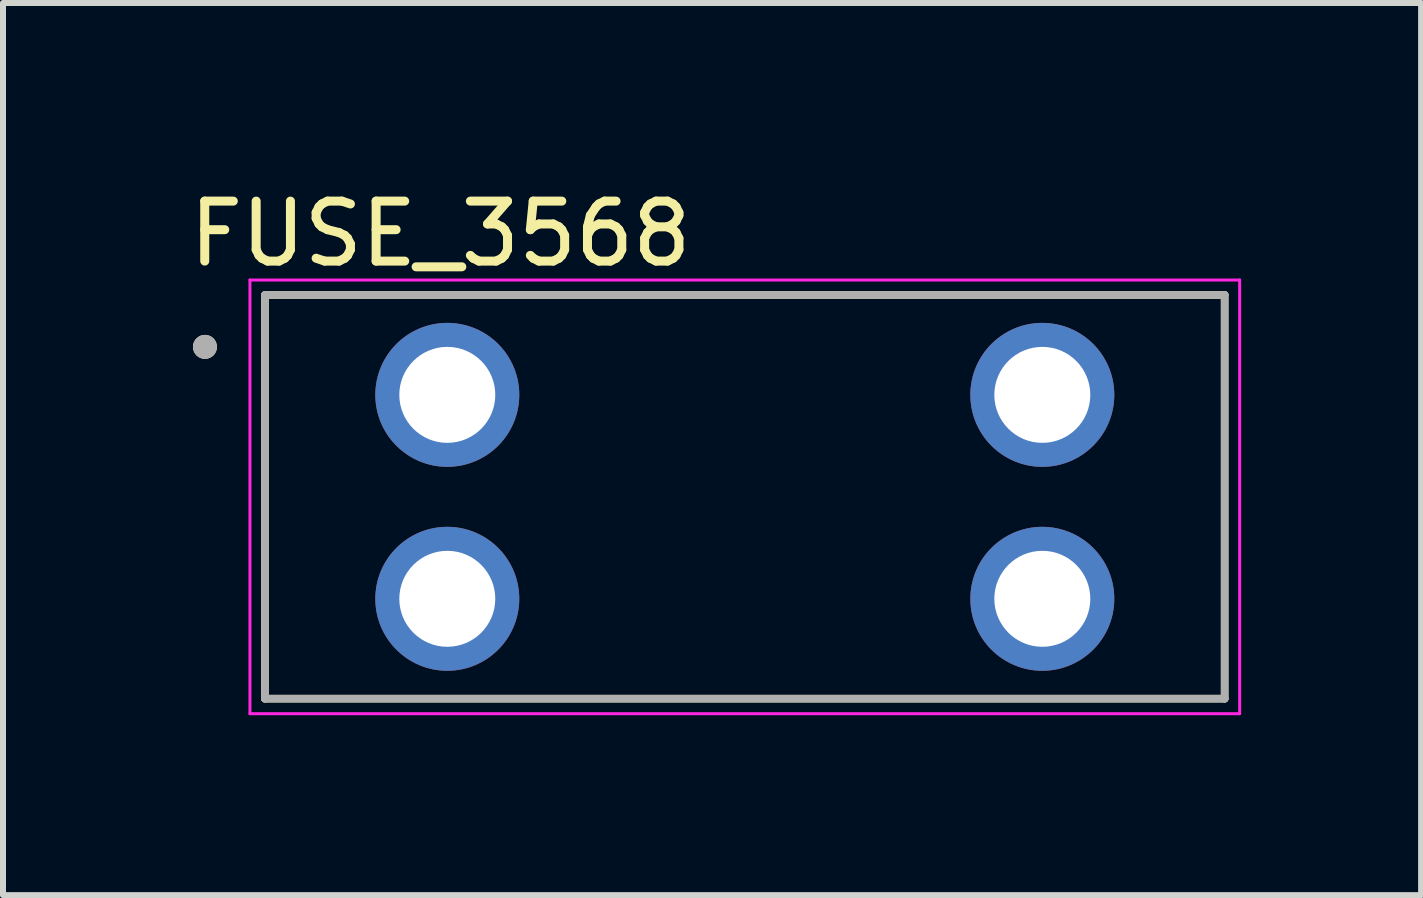
<source format=kicad_pcb>
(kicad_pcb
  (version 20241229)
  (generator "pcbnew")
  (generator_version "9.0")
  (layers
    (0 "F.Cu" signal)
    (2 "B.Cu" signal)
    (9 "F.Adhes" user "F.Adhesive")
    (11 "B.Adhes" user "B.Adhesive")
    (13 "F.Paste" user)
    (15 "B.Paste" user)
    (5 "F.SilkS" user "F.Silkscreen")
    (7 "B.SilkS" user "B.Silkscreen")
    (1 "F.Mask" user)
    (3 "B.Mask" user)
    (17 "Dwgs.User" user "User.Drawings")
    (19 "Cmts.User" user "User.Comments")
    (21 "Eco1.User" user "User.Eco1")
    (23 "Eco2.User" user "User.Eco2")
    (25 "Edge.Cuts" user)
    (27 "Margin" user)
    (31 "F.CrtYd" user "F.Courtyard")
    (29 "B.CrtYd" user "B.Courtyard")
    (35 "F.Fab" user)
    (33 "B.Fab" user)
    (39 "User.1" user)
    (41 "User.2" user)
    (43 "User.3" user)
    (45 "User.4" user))
  (footprint "FUSE_3568"
    (layer "F.Cu")
    (at 9.367 5.233)
    (property "Reference" "FUSE_3568" (at -5.075 -4.385 0) (layer "F.SilkS") (effects (font (size 1 1) (thickness 0.15))))
    (attr through_hole)
    (fp_line (start -8 -3.365) (end 8 -3.365) (stroke (width 0.127) (type solid)) (layer "F.SilkS"))
    (fp_line (start -8 3.365) (end -8 -3.365) (stroke (width 0.127) (type solid)) (layer "F.SilkS"))
    (fp_line (start 8 -3.365) (end 8 3.365) (stroke (width 0.127) (type solid)) (layer "F.SilkS"))
    (fp_line (start 8 3.365) (end -8 3.365) (stroke (width 0.127) (type solid)) (layer "F.SilkS"))
    (fp_circle (center -9 -2.5) (end -8.9 -2.5) (stroke (width 0.2) (type solid)) (fill no) (layer "F.SilkS"))
    (fp_line (start -8.25 -3.615) (end 8.25 -3.615) (stroke (width 0.05) (type solid)) (layer "F.CrtYd"))
    (fp_line (start -8.25 3.615) (end -8.25 -3.615) (stroke (width 0.05) (type solid)) (layer "F.CrtYd"))
    (fp_line (start 8.25 -3.615) (end 8.25 3.615) (stroke (width 0.05) (type solid)) (layer "F.CrtYd"))
    (fp_line (start 8.25 3.615) (end -8.25 3.615) (stroke (width 0.05) (type solid)) (layer "F.CrtYd"))
    (fp_line (start -8 -3.365) (end 8 -3.365) (stroke (width 0.127) (type solid)) (layer "F.Fab"))
    (fp_line (start -8 3.365) (end -8 -3.365) (stroke (width 0.127) (type solid)) (layer "F.Fab"))
    (fp_line (start 8 -3.365) (end 8 3.365) (stroke (width 0.127) (type solid)) (layer "F.Fab"))
    (fp_line (start 8 3.365) (end -8 3.365) (stroke (width 0.127) (type solid)) (layer "F.Fab"))
    (fp_circle (center -9 -2.5) (end -8.9 -2.5) (stroke (width 0.2) (type solid)) (fill no) (layer "F.Fab"))
    (pad "1" thru_hole circle (at -4.96 -1.7) (size 2.4 2.4) (drill 1.6) (layers "*.Cu" "*.Mask"))
    (pad "2" thru_hole circle (at 4.96 -1.7) (size 2.4 2.4) (drill 1.6) (layers "*.Cu" "*.Mask"))
    (pad "3" thru_hole circle (at -4.96 1.7) (size 2.4 2.4) (drill 1.6) (layers "*.Cu" "*.Mask"))
    (pad "4" thru_hole circle (at 4.96 1.7) (size 2.4 2.4) (drill 1.6) (layers "*.Cu" "*.Mask")))
  (gr_rect
    (start -3 -3)
    (end 20.642 11.873)
    (stroke (width 0.1) (type default))
    (fill no)
    (layer "Edge.Cuts")))
</source>
